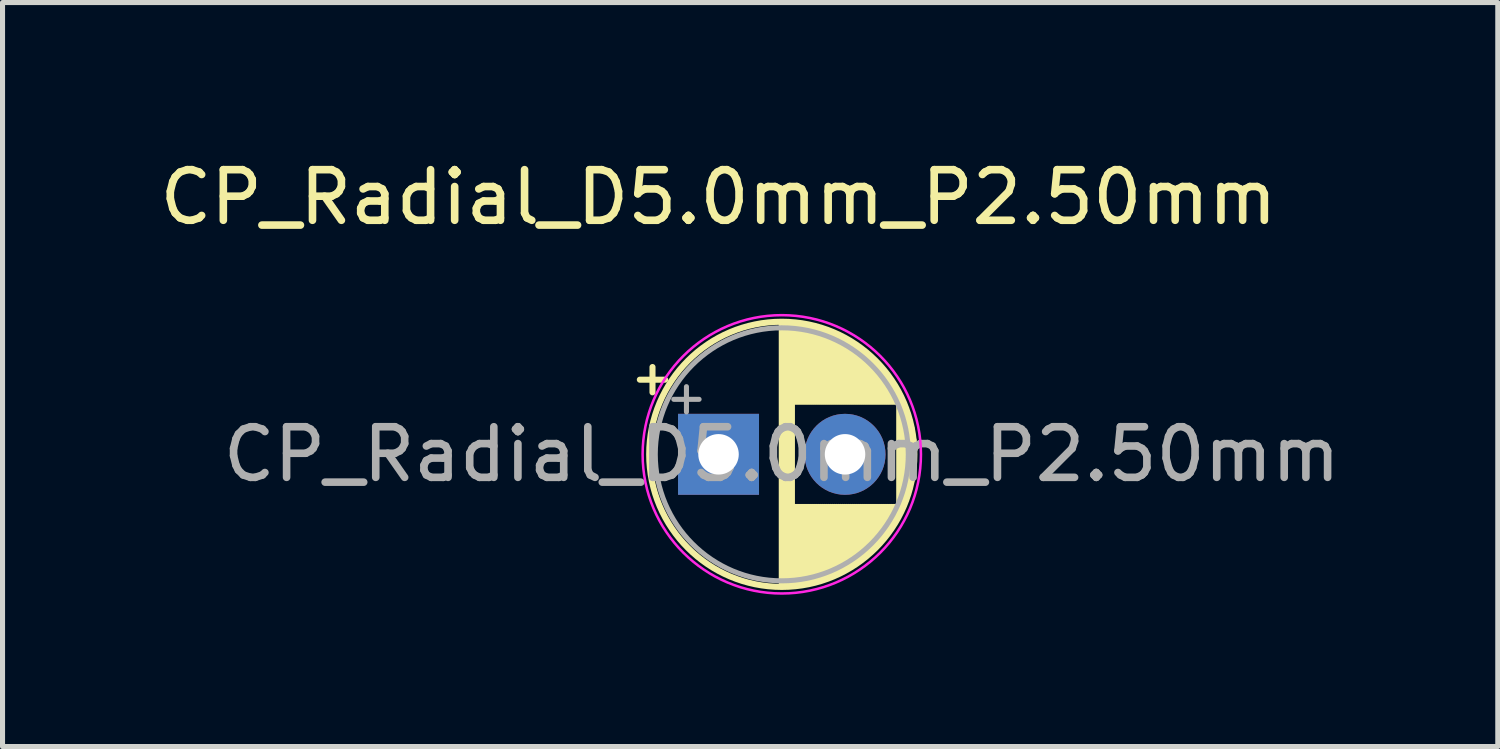
<source format=kicad_pcb>
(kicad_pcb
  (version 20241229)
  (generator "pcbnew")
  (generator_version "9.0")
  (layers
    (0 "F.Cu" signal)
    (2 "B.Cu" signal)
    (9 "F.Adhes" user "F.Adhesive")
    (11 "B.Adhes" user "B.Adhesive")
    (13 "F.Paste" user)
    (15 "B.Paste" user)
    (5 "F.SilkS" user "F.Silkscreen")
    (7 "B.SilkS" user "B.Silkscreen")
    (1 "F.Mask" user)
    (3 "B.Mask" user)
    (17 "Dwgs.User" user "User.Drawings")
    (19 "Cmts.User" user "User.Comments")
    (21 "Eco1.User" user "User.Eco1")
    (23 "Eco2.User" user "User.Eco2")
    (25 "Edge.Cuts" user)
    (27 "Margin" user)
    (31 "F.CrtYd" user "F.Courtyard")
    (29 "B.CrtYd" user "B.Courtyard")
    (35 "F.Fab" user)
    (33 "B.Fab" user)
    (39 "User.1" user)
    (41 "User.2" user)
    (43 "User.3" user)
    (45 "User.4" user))
  (footprint "CP_Radial_D5.0mm_P2.50mm"
    (layer "F.Cu")
    (at 11.149 5.928)
    (property "Reference" "CP_Radial_D5.0mm_P2.50mm" (at 0 -5.08 180) (layer "F.SilkS") (effects (font (size 1 1) (thickness 0.15))))
    (attr through_hole)
    (fp_line (start -1.555 -1.475) (end -1.055 -1.475) (stroke (width 0.12) (type solid)) (layer "F.SilkS"))
    (fp_line (start -1.305 -1.725) (end -1.305 -1.225) (stroke (width 0.12) (type solid)) (layer "F.SilkS"))
    (fp_line (start 1.25 -2.58) (end 1.25 2.58) (stroke (width 0.12) (type solid)) (layer "F.SilkS"))
    (fp_line (start 1.29 -2.58) (end 1.29 2.58) (stroke (width 0.12) (type solid)) (layer "F.SilkS"))
    (fp_line (start 1.33 -2.579) (end 1.33 2.579) (stroke (width 0.12) (type solid)) (layer "F.SilkS"))
    (fp_line (start 1.37 -2.578) (end 1.37 2.578) (stroke (width 0.12) (type solid)) (layer "F.SilkS"))
    (fp_line (start 1.41 -2.576) (end 1.41 2.576) (stroke (width 0.12) (type solid)) (layer "F.SilkS"))
    (fp_line (start 1.45 -2.573) (end 1.45 2.573) (stroke (width 0.12) (type solid)) (layer "F.SilkS"))
    (fp_line (start 1.49 -2.569) (end 1.49 -1.04) (stroke (width 0.12) (type solid)) (layer "F.SilkS"))
    (fp_line (start 1.49 1.04) (end 1.49 2.569) (stroke (width 0.12) (type solid)) (layer "F.SilkS"))
    (fp_line (start 1.53 -2.565) (end 1.53 -1.04) (stroke (width 0.12) (type solid)) (layer "F.SilkS"))
    (fp_line (start 1.53 1.04) (end 1.53 2.565) (stroke (width 0.12) (type solid)) (layer "F.SilkS"))
    (fp_line (start 1.57 -2.561) (end 1.57 -1.04) (stroke (width 0.12) (type solid)) (layer "F.SilkS"))
    (fp_line (start 1.57 1.04) (end 1.57 2.561) (stroke (width 0.12) (type solid)) (layer "F.SilkS"))
    (fp_line (start 1.61 -2.556) (end 1.61 -1.04) (stroke (width 0.12) (type solid)) (layer "F.SilkS"))
    (fp_line (start 1.61 1.04) (end 1.61 2.556) (stroke (width 0.12) (type solid)) (layer "F.SilkS"))
    (fp_line (start 1.65 -2.55) (end 1.65 -1.04) (stroke (width 0.12) (type solid)) (layer "F.SilkS"))
    (fp_line (start 1.65 1.04) (end 1.65 2.55) (stroke (width 0.12) (type solid)) (layer "F.SilkS"))
    (fp_line (start 1.69 -2.543) (end 1.69 -1.04) (stroke (width 0.12) (type solid)) (layer "F.SilkS"))
    (fp_line (start 1.69 1.04) (end 1.69 2.543) (stroke (width 0.12) (type solid)) (layer "F.SilkS"))
    (fp_line (start 1.73 -2.536) (end 1.73 -1.04) (stroke (width 0.12) (type solid)) (layer "F.SilkS"))
    (fp_line (start 1.73 1.04) (end 1.73 2.536) (stroke (width 0.12) (type solid)) (layer "F.SilkS"))
    (fp_line (start 1.77 -2.528) (end 1.77 -1.04) (stroke (width 0.12) (type solid)) (layer "F.SilkS"))
    (fp_line (start 1.77 1.04) (end 1.77 2.528) (stroke (width 0.12) (type solid)) (layer "F.SilkS"))
    (fp_line (start 1.81 -2.52) (end 1.81 -1.04) (stroke (width 0.12) (type solid)) (layer "F.SilkS"))
    (fp_line (start 1.81 1.04) (end 1.81 2.52) (stroke (width 0.12) (type solid)) (layer "F.SilkS"))
    (fp_line (start 1.85 -2.511) (end 1.85 -1.04) (stroke (width 0.12) (type solid)) (layer "F.SilkS"))
    (fp_line (start 1.85 1.04) (end 1.85 2.511) (stroke (width 0.12) (type solid)) (layer "F.SilkS"))
    (fp_line (start 1.89 -2.501) (end 1.89 -1.04) (stroke (width 0.12) (type solid)) (layer "F.SilkS"))
    (fp_line (start 1.89 1.04) (end 1.89 2.501) (stroke (width 0.12) (type solid)) (layer "F.SilkS"))
    (fp_line (start 1.93 -2.491) (end 1.93 -1.04) (stroke (width 0.12) (type solid)) (layer "F.SilkS"))
    (fp_line (start 1.93 1.04) (end 1.93 2.491) (stroke (width 0.12) (type solid)) (layer "F.SilkS"))
    (fp_line (start 1.971 -2.48) (end 1.971 -1.04) (stroke (width 0.12) (type solid)) (layer "F.SilkS"))
    (fp_line (start 1.971 1.04) (end 1.971 2.48) (stroke (width 0.12) (type solid)) (layer "F.SilkS"))
    (fp_line (start 2.011 -2.468) (end 2.011 -1.04) (stroke (width 0.12) (type solid)) (layer "F.SilkS"))
    (fp_line (start 2.011 1.04) (end 2.011 2.468) (stroke (width 0.12) (type solid)) (layer "F.SilkS"))
    (fp_line (start 2.051 -2.455) (end 2.051 -1.04) (stroke (width 0.12) (type solid)) (layer "F.SilkS"))
    (fp_line (start 2.051 1.04) (end 2.051 2.455) (stroke (width 0.12) (type solid)) (layer "F.SilkS"))
    (fp_line (start 2.091 -2.442) (end 2.091 -1.04) (stroke (width 0.12) (type solid)) (layer "F.SilkS"))
    (fp_line (start 2.091 1.04) (end 2.091 2.442) (stroke (width 0.12) (type solid)) (layer "F.SilkS"))
    (fp_line (start 2.131 -2.428) (end 2.131 -1.04) (stroke (width 0.12) (type solid)) (layer "F.SilkS"))
    (fp_line (start 2.131 1.04) (end 2.131 2.428) (stroke (width 0.12) (type solid)) (layer "F.SilkS"))
    (fp_line (start 2.171 -2.414) (end 2.171 -1.04) (stroke (width 0.12) (type solid)) (layer "F.SilkS"))
    (fp_line (start 2.171 1.04) (end 2.171 2.414) (stroke (width 0.12) (type solid)) (layer "F.SilkS"))
    (fp_line (start 2.211 -2.398) (end 2.211 -1.04) (stroke (width 0.12) (type solid)) (layer "F.SilkS"))
    (fp_line (start 2.211 1.04) (end 2.211 2.398) (stroke (width 0.12) (type solid)) (layer "F.SilkS"))
    (fp_line (start 2.251 -2.382) (end 2.251 -1.04) (stroke (width 0.12) (type solid)) (layer "F.SilkS"))
    (fp_line (start 2.251 1.04) (end 2.251 2.382) (stroke (width 0.12) (type solid)) (layer "F.SilkS"))
    (fp_line (start 2.291 -2.365) (end 2.291 -1.04) (stroke (width 0.12) (type solid)) (layer "F.SilkS"))
    (fp_line (start 2.291 1.04) (end 2.291 2.365) (stroke (width 0.12) (type solid)) (layer "F.SilkS"))
    (fp_line (start 2.331 -2.348) (end 2.331 -1.04) (stroke (width 0.12) (type solid)) (layer "F.SilkS"))
    (fp_line (start 2.331 1.04) (end 2.331 2.348) (stroke (width 0.12) (type solid)) (layer "F.SilkS"))
    (fp_line (start 2.371 -2.329) (end 2.371 -1.04) (stroke (width 0.12) (type solid)) (layer "F.SilkS"))
    (fp_line (start 2.371 1.04) (end 2.371 2.329) (stroke (width 0.12) (type solid)) (layer "F.SilkS"))
    (fp_line (start 2.411 -2.31) (end 2.411 -1.04) (stroke (width 0.12) (type solid)) (layer "F.SilkS"))
    (fp_line (start 2.411 1.04) (end 2.411 2.31) (stroke (width 0.12) (type solid)) (layer "F.SilkS"))
    (fp_line (start 2.451 -2.29) (end 2.451 -1.04) (stroke (width 0.12) (type solid)) (layer "F.SilkS"))
    (fp_line (start 2.451 1.04) (end 2.451 2.29) (stroke (width 0.12) (type solid)) (layer "F.SilkS"))
    (fp_line (start 2.491 -2.268) (end 2.491 -1.04) (stroke (width 0.12) (type solid)) (layer "F.SilkS"))
    (fp_line (start 2.491 1.04) (end 2.491 2.268) (stroke (width 0.12) (type solid)) (layer "F.SilkS"))
    (fp_line (start 2.531 -2.247) (end 2.531 -1.04) (stroke (width 0.12) (type solid)) (layer "F.SilkS"))
    (fp_line (start 2.531 1.04) (end 2.531 2.247) (stroke (width 0.12) (type solid)) (layer "F.SilkS"))
    (fp_line (start 2.571 -2.224) (end 2.571 -1.04) (stroke (width 0.12) (type solid)) (layer "F.SilkS"))
    (fp_line (start 2.571 1.04) (end 2.571 2.224) (stroke (width 0.12) (type solid)) (layer "F.SilkS"))
    (fp_line (start 2.611 -2.2) (end 2.611 -1.04) (stroke (width 0.12) (type solid)) (layer "F.SilkS"))
    (fp_line (start 2.611 1.04) (end 2.611 2.2) (stroke (width 0.12) (type solid)) (layer "F.SilkS"))
    (fp_line (start 2.651 -2.175) (end 2.651 -1.04) (stroke (width 0.12) (type solid)) (layer "F.SilkS"))
    (fp_line (start 2.651 1.04) (end 2.651 2.175) (stroke (width 0.12) (type solid)) (layer "F.SilkS"))
    (fp_line (start 2.691 -2.149) (end 2.691 -1.04) (stroke (width 0.12) (type solid)) (layer "F.SilkS"))
    (fp_line (start 2.691 1.04) (end 2.691 2.149) (stroke (width 0.12) (type solid)) (layer "F.SilkS"))
    (fp_line (start 2.731 -2.122) (end 2.731 -1.04) (stroke (width 0.12) (type solid)) (layer "F.SilkS"))
    (fp_line (start 2.731 1.04) (end 2.731 2.122) (stroke (width 0.12) (type solid)) (layer "F.SilkS"))
    (fp_line (start 2.771 -2.095) (end 2.771 -1.04) (stroke (width 0.12) (type solid)) (layer "F.SilkS"))
    (fp_line (start 2.771 1.04) (end 2.771 2.095) (stroke (width 0.12) (type solid)) (layer "F.SilkS"))
    (fp_line (start 2.811 -2.065) (end 2.811 -1.04) (stroke (width 0.12) (type solid)) (layer "F.SilkS"))
    (fp_line (start 2.811 1.04) (end 2.811 2.065) (stroke (width 0.12) (type solid)) (layer "F.SilkS"))
    (fp_line (start 2.851 -2.035) (end 2.851 -1.04) (stroke (width 0.12) (type solid)) (layer "F.SilkS"))
    (fp_line (start 2.851 1.04) (end 2.851 2.035) (stroke (width 0.12) (type solid)) (layer "F.SilkS"))
    (fp_line (start 2.891 -2.004) (end 2.891 -1.04) (stroke (width 0.12) (type solid)) (layer "F.SilkS"))
    (fp_line (start 2.891 1.04) (end 2.891 2.004) (stroke (width 0.12) (type solid)) (layer "F.SilkS"))
    (fp_line (start 2.931 -1.971) (end 2.931 -1.04) (stroke (width 0.12) (type solid)) (layer "F.SilkS"))
    (fp_line (start 2.931 1.04) (end 2.931 1.971) (stroke (width 0.12) (type solid)) (layer "F.SilkS"))
    (fp_line (start 2.971 -1.937) (end 2.971 -1.04) (stroke (width 0.12) (type solid)) (layer "F.SilkS"))
    (fp_line (start 2.971 1.04) (end 2.971 1.937) (stroke (width 0.12) (type solid)) (layer "F.SilkS"))
    (fp_line (start 3.011 -1.901) (end 3.011 -1.04) (stroke (width 0.12) (type solid)) (layer "F.SilkS"))
    (fp_line (start 3.011 1.04) (end 3.011 1.901) (stroke (width 0.12) (type solid)) (layer "F.SilkS"))
    (fp_line (start 3.051 -1.864) (end 3.051 -1.04) (stroke (width 0.12) (type solid)) (layer "F.SilkS"))
    (fp_line (start 3.051 1.04) (end 3.051 1.864) (stroke (width 0.12) (type solid)) (layer "F.SilkS"))
    (fp_line (start 3.091 -1.826) (end 3.091 -1.04) (stroke (width 0.12) (type solid)) (layer "F.SilkS"))
    (fp_line (start 3.091 1.04) (end 3.091 1.826) (stroke (width 0.12) (type solid)) (layer "F.SilkS"))
    (fp_line (start 3.131 -1.785) (end 3.131 -1.04) (stroke (width 0.12) (type solid)) (layer "F.SilkS"))
    (fp_line (start 3.131 1.04) (end 3.131 1.785) (stroke (width 0.12) (type solid)) (layer "F.SilkS"))
    (fp_line (start 3.171 -1.743) (end 3.171 -1.04) (stroke (width 0.12) (type solid)) (layer "F.SilkS"))
    (fp_line (start 3.171 1.04) (end 3.171 1.743) (stroke (width 0.12) (type solid)) (layer "F.SilkS"))
    (fp_line (start 3.211 -1.699) (end 3.211 -1.04) (stroke (width 0.12) (type solid)) (layer "F.SilkS"))
    (fp_line (start 3.211 1.04) (end 3.211 1.699) (stroke (width 0.12) (type solid)) (layer "F.SilkS"))
    (fp_line (start 3.251 -1.653) (end 3.251 -1.04) (stroke (width 0.12) (type solid)) (layer "F.SilkS"))
    (fp_line (start 3.251 1.04) (end 3.251 1.653) (stroke (width 0.12) (type solid)) (layer "F.SilkS"))
    (fp_line (start 3.291 -1.605) (end 3.291 -1.04) (stroke (width 0.12) (type solid)) (layer "F.SilkS"))
    (fp_line (start 3.291 1.04) (end 3.291 1.605) (stroke (width 0.12) (type solid)) (layer "F.SilkS"))
    (fp_line (start 3.331 -1.554) (end 3.331 -1.04) (stroke (width 0.12) (type solid)) (layer "F.SilkS"))
    (fp_line (start 3.331 1.04) (end 3.331 1.554) (stroke (width 0.12) (type solid)) (layer "F.SilkS"))
    (fp_line (start 3.371 -1.5) (end 3.371 -1.04) (stroke (width 0.12) (type solid)) (layer "F.SilkS"))
    (fp_line (start 3.371 1.04) (end 3.371 1.5) (stroke (width 0.12) (type solid)) (layer "F.SilkS"))
    (fp_line (start 3.411 -1.443) (end 3.411 -1.04) (stroke (width 0.12) (type solid)) (layer "F.SilkS"))
    (fp_line (start 3.411 1.04) (end 3.411 1.443) (stroke (width 0.12) (type solid)) (layer "F.SilkS"))
    (fp_line (start 3.451 -1.383) (end 3.451 -1.04) (stroke (width 0.12) (type solid)) (layer "F.SilkS"))
    (fp_line (start 3.451 1.04) (end 3.451 1.383) (stroke (width 0.12) (type solid)) (layer "F.SilkS"))
    (fp_line (start 3.491 -1.319) (end 3.491 -1.04) (stroke (width 0.12) (type solid)) (layer "F.SilkS"))
    (fp_line (start 3.491 1.04) (end 3.491 1.319) (stroke (width 0.12) (type solid)) (layer "F.SilkS"))
    (fp_line (start 3.531 -1.251) (end 3.531 -1.04) (stroke (width 0.12) (type solid)) (layer "F.SilkS"))
    (fp_line (start 3.531 1.04) (end 3.531 1.251) (stroke (width 0.12) (type solid)) (layer "F.SilkS"))
    (fp_line (start 3.571 -1.178) (end 3.571 1.178) (stroke (width 0.12) (type solid)) (layer "F.SilkS"))
    (fp_line (start 3.611 -1.098) (end 3.611 1.098) (stroke (width 0.12) (type solid)) (layer "F.SilkS"))
    (fp_line (start 3.651 -1.011) (end 3.651 1.011) (stroke (width 0.12) (type solid)) (layer "F.SilkS"))
    (fp_line (start 3.691 -0.915) (end 3.691 0.915) (stroke (width 0.12) (type solid)) (layer "F.SilkS"))
    (fp_line (start 3.731 -0.805) (end 3.731 0.805) (stroke (width 0.12) (type solid)) (layer "F.SilkS"))
    (fp_line (start 3.771 -0.677) (end 3.771 0.677) (stroke (width 0.12) (type solid)) (layer "F.SilkS"))
    (fp_line (start 3.811 -0.518) (end 3.811 0.518) (stroke (width 0.12) (type solid)) (layer "F.SilkS"))
    (fp_line (start 3.851 -0.284) (end 3.851 0.284) (stroke (width 0.12) (type solid)) (layer "F.SilkS"))
    (fp_circle (center 1.25 0) (end 3.87 0) (stroke (width 0.12) (type solid)) (fill no) (layer "F.SilkS"))
    (fp_circle (center 1.25 0) (end 4 0) (stroke (width 0.05) (type solid)) (fill no) (layer "F.CrtYd"))
    (fp_line (start -0.884 -1.087) (end -0.384 -1.087) (stroke (width 0.1) (type solid)) (layer "F.Fab"))
    (fp_line (start -0.634 -1.337) (end -0.634 -0.838) (stroke (width 0.1) (type solid)) (layer "F.Fab"))
    (fp_circle (center 1.25 0) (end 3.75 0) (stroke (width 0.1) (type solid)) (fill no) (layer "F.Fab"))
    (fp_text user "${REFERENCE}" (at 1.25 0 0) (layer "F.Fab") (effects (font (size 1 1) (thickness 0.15))))
    (pad "1" thru_hole rect (at 0 0) (size 1.6 1.6) (drill 0.8) (layers "*.Cu" "*.Mask"))
    (pad "2" thru_hole circle (at 2.5 0) (size 1.6 1.6) (drill 0.8) (layers "*.Cu" "*.Mask")))
  (gr_rect
    (start -3 -3)
    (end 26.548 11.703)
    (stroke (width 0.1) (type default))
    (fill no)
    (layer "Edge.Cuts")))
</source>
